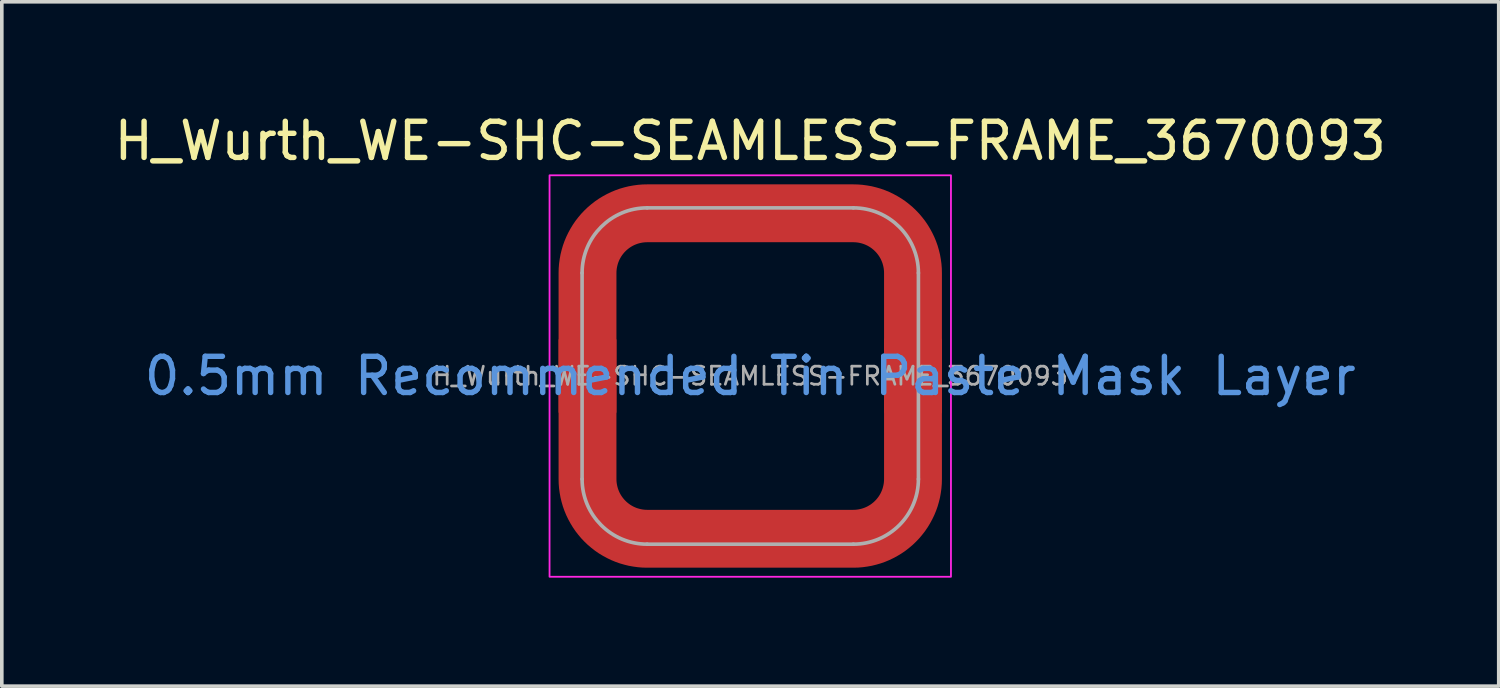
<source format=kicad_pcb>
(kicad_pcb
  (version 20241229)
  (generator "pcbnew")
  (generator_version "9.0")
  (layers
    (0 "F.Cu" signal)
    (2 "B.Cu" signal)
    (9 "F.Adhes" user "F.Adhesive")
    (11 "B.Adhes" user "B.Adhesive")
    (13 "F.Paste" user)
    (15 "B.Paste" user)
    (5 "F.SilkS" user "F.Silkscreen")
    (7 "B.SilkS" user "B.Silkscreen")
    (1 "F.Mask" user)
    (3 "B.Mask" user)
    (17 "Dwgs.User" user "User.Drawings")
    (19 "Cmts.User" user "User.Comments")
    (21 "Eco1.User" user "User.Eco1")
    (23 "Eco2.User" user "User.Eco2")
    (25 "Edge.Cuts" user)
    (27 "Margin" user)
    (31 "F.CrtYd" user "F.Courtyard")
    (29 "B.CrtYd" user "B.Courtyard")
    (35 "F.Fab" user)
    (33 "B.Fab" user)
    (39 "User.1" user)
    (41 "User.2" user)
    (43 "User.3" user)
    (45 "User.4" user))
  (footprint "H_Wurth_WE-SHC-SEAMLESS-FRAME_3670093"
    (layer "F.Cu")
    (at 17.696 7.348)
    (property "Reference" "H_Wurth_WE-SHC-SEAMLESS-FRAME_3670093" (at 0 -6.5 0) (unlocked yes) (layer "F.SilkS") (effects (font (size 1 1) (thickness 0.15))))
    (attr smd)
    (fp_rect (start -5.55 -5.55) (end 5.55 5.55) (stroke (width 0.05) (type default)) (fill no) (layer "F.CrtYd"))
    (fp_line (start -4.65 2.85) (end -4.65 -2.85) (stroke (width 0.1) (type solid)) (layer "F.Fab"))
    (fp_line (start -2.85 -4.65) (end 2.85 -4.65) (stroke (width 0.1) (type solid)) (layer "F.Fab"))
    (fp_line (start -2.85 4.65) (end 2.85 4.65) (stroke (width 0.1) (type solid)) (layer "F.Fab"))
    (fp_line (start 4.65 2.85) (end 4.65 -2.85) (stroke (width 0.1) (type solid)) (layer "F.Fab"))
    (fp_arc (start -4.65 -2.85) (mid -4.122792 -4.122792) (end -2.85 -4.65) (stroke (width 0.1) (type default)) (layer "F.Fab"))
    (fp_arc (start -2.85 4.65) (mid -4.122792 4.122792) (end -4.65 2.85) (stroke (width 0.1) (type default)) (layer "F.Fab"))
    (fp_arc (start 2.85 -4.65) (mid 4.122792 -4.122792) (end 4.65 -2.85) (stroke (width 0.1) (type default)) (layer "F.Fab"))
    (fp_arc (start 4.65 2.85) (mid 4.122792 4.122792) (end 2.85 4.65) (stroke (width 0.1) (type default)) (layer "F.Fab"))
    (fp_text user "0.5mm Recommended Tin Paste Mask Layer" (at 0 0 0) (unlocked yes) (layer "Cmts.User") (effects (font (size 1 1) (thickness 0.15))))
    (fp_text user "${REFERENCE}" (at 0 0 0) (unlocked yes) (layer "F.Fab") (effects (font (size 0.5 0.5) (thickness 0.075))))
    (pad "1" smd custom (at 0 -4.5) (size 5.7 1.5) (layers "F.Cu" "F.Mask" "F.Paste") (options (anchor rect)) (primitives (gr_poly (pts (xy -3.75 5.5) (xy -5.25 5.5) (xy -5.25 1.65) (xy -5.247 1.524) (xy -5.237 1.399) (xy -5.22 1.275) (xy -5.198 1.151) (xy -5.168 1.029) (xy -5.133 0.908) (xy -5.091 0.79) (xy -5.043 0.674) (xy -4.988 0.56) (xy -4.928 0.45) (xy -4.863 0.343) (xy -4.792 0.239) (xy -4.715 0.14) (xy -4.634 0.044) (xy -4.547 -0.047) (xy -4.456 -0.134) (xy -4.36 -0.215) (xy -4.261 -0.292) (xy -4.157 -0.363) (xy -4.05 -0.428) (xy -3.94 -0.488) (xy -3.826 -0.543) (xy -3.71 -0.591) (xy -3.592 -0.633) (xy -3.471 -0.668) (xy -3.349 -0.698) (xy -3.225 -0.72) (xy -3.101 -0.737) (xy -2.976 -0.747) (xy -2.85 -0.75) (xy 2.85 -0.75) (xy 2.976 -0.747) (xy 3.101 -0.737) (xy 3.225 -0.72) (xy 3.349 -0.698) (xy 3.471 -0.668) (xy 3.592 -0.633) (xy 3.71 -0.591) (xy 3.826 -0.543) (xy 3.94 -0.488) (xy 4.05 -0.428) (xy 4.157 -0.363) (xy 4.261 -0.292) (xy 4.36 -0.215) (xy 4.456 -0.134) (xy 4.547 -0.047) (xy 4.634 0.044) (xy 4.715 0.14) (xy 4.792 0.239) (xy 4.863 0.343) (xy 4.928 0.45) (xy 4.988 0.56) (xy 5.043 0.674) (xy 5.091 0.79) (xy 5.133 0.908) (xy 5.168 1.029) (xy 5.198 1.151) (xy 5.22 1.275) (xy 5.237 1.399) (xy 5.247 1.524) (xy 5.25 1.65) (xy 5.25 5.5) (xy 3.75 5.5) (xy 3.75 1.65) (xy 3.749 1.603) (xy 3.745 1.556) (xy 3.739 1.509) (xy 3.73 1.463) (xy 3.719 1.417) (xy 3.706 1.372) (xy 3.69 1.327) (xy 3.672 1.284) (xy 3.652 1.241) (xy 3.629 1.2) (xy 3.605 1.16) (xy 3.578 1.121) (xy 3.549 1.084) (xy 3.519 1.048) (xy 3.486 1.014) (xy 3.452 0.981) (xy 3.416 0.951) (xy 3.379 0.922) (xy 3.34 0.895) (xy 3.3 0.871) (xy 3.259 0.848) (xy 3.216 0.828) (xy 3.173 0.81) (xy 3.128 0.794) (xy 3.083 0.781) (xy 3.037 0.77) (xy 2.991 0.761) (xy 2.944 0.755) (xy 2.897 0.751) (xy 2.85 0.75) (xy -2.85 0.75) (xy -2.897 0.751) (xy -2.944 0.755) (xy -2.991 0.761) (xy -3.037 0.77) (xy -3.083 0.781) (xy -3.128 0.794) (xy -3.173 0.81) (xy -3.216 0.828) (xy -3.259 0.848) (xy -3.3 0.871) (xy -3.34 0.895) (xy -3.379 0.922) (xy -3.416 0.951) (xy -3.452 0.981) (xy -3.486 1.014) (xy -3.519 1.048) (xy -3.549 1.084) (xy -3.578 1.121) (xy -3.605 1.16) (xy -3.629 1.2) (xy -3.652 1.241) (xy -3.672 1.284) (xy -3.69 1.327) (xy -3.706 1.372) (xy -3.719 1.417) (xy -3.73 1.463) (xy -3.739 1.509) (xy -3.745 1.556) (xy -3.749 1.603) (xy -3.75 1.65) (xy -3.75 5.5)) (width 0.1) (fill yes))))
    (pad "1" smd custom (at 4.5 0) (size 1.5 5.7) (layers "F.Cu" "F.Mask" "F.Paste") (options (anchor rect)) (primitives (gr_poly (pts (xy -0.75 -1) (xy 0.75 -1) (xy 0.75 2.85) (xy 0.747 2.976) (xy 0.737 3.101) (xy 0.72 3.225) (xy 0.698 3.349) (xy 0.668 3.471) (xy 0.633 3.592) (xy 0.591 3.71) (xy 0.543 3.826) (xy 0.488 3.94) (xy 0.428 4.05) (xy 0.363 4.157) (xy 0.292 4.261) (xy 0.215 4.36) (xy 0.134 4.456) (xy 0.047 4.547) (xy -0.044 4.634) (xy -0.14 4.715) (xy -0.239 4.792) (xy -0.343 4.863) (xy -0.45 4.928) (xy -0.56 4.988) (xy -0.674 5.043) (xy -0.79 5.091) (xy -0.908 5.133) (xy -1.029 5.168) (xy -1.151 5.198) (xy -1.275 5.22) (xy -1.399 5.237) (xy -1.524 5.247) (xy -1.65 5.25) (xy -7.35 5.25) (xy -7.476 5.247) (xy -7.601 5.237) (xy -7.725 5.22) (xy -7.849 5.198) (xy -7.971 5.168) (xy -8.092 5.133) (xy -8.21 5.091) (xy -8.326 5.043) (xy -8.44 4.988) (xy -8.55 4.928) (xy -8.657 4.863) (xy -8.761 4.792) (xy -8.86 4.715) (xy -8.956 4.634) (xy -9.047 4.547) (xy -9.134 4.456) (xy -9.215 4.36) (xy -9.292 4.261) (xy -9.363 4.157) (xy -9.428 4.05) (xy -9.488 3.94) (xy -9.543 3.826) (xy -9.591 3.71) (xy -9.633 3.592) (xy -9.668 3.471) (xy -9.698 3.349) (xy -9.72 3.225) (xy -9.737 3.101) (xy -9.747 2.976) (xy -9.75 2.85) (xy -9.75 -1) (xy -8.25 -1) (xy -8.25 2.85) (xy -8.249 2.897) (xy -8.245 2.944) (xy -8.239 2.991) (xy -8.23 3.037) (xy -8.219 3.083) (xy -8.206 3.128) (xy -8.19 3.173) (xy -8.172 3.216) (xy -8.152 3.259) (xy -8.129 3.3) (xy -8.105 3.34) (xy -8.078 3.379) (xy -8.049 3.416) (xy -8.019 3.452) (xy -7.986 3.486) (xy -7.952 3.519) (xy -7.916 3.549) (xy -7.879 3.578) (xy -7.84 3.605) (xy -7.8 3.629) (xy -7.759 3.652) (xy -7.716 3.672) (xy -7.673 3.69) (xy -7.628 3.706) (xy -7.583 3.719) (xy -7.537 3.73) (xy -7.491 3.739) (xy -7.444 3.745) (xy -7.397 3.749) (xy -7.35 3.75) (xy -1.65 3.75) (xy -1.603 3.749) (xy -1.556 3.745) (xy -1.509 3.739) (xy -1.463 3.73) (xy -1.417 3.719) (xy -1.372 3.706) (xy -1.327 3.69) (xy -1.284 3.672) (xy -1.241 3.652) (xy -1.2 3.629) (xy -1.16 3.605) (xy -1.121 3.578) (xy -1.084 3.549) (xy -1.048 3.519) (xy -1.014 3.486) (xy -0.981 3.452) (xy -0.951 3.416) (xy -0.922 3.379) (xy -0.895 3.34) (xy -0.871 3.3) (xy -0.848 3.259) (xy -0.828 3.216) (xy -0.81 3.173) (xy -0.794 3.128) (xy -0.781 3.083) (xy -0.77 3.037) (xy -0.761 2.991) (xy -0.755 2.944) (xy -0.751 2.897) (xy -0.75 2.85) (xy -0.75 -1)) (width 0.1) (fill yes)))))
  (gr_rect
    (start -3 -3)
    (end 38.393 15.923)
    (stroke (width 0.1) (type default))
    (fill no)
    (layer "Edge.Cuts")))
</source>
